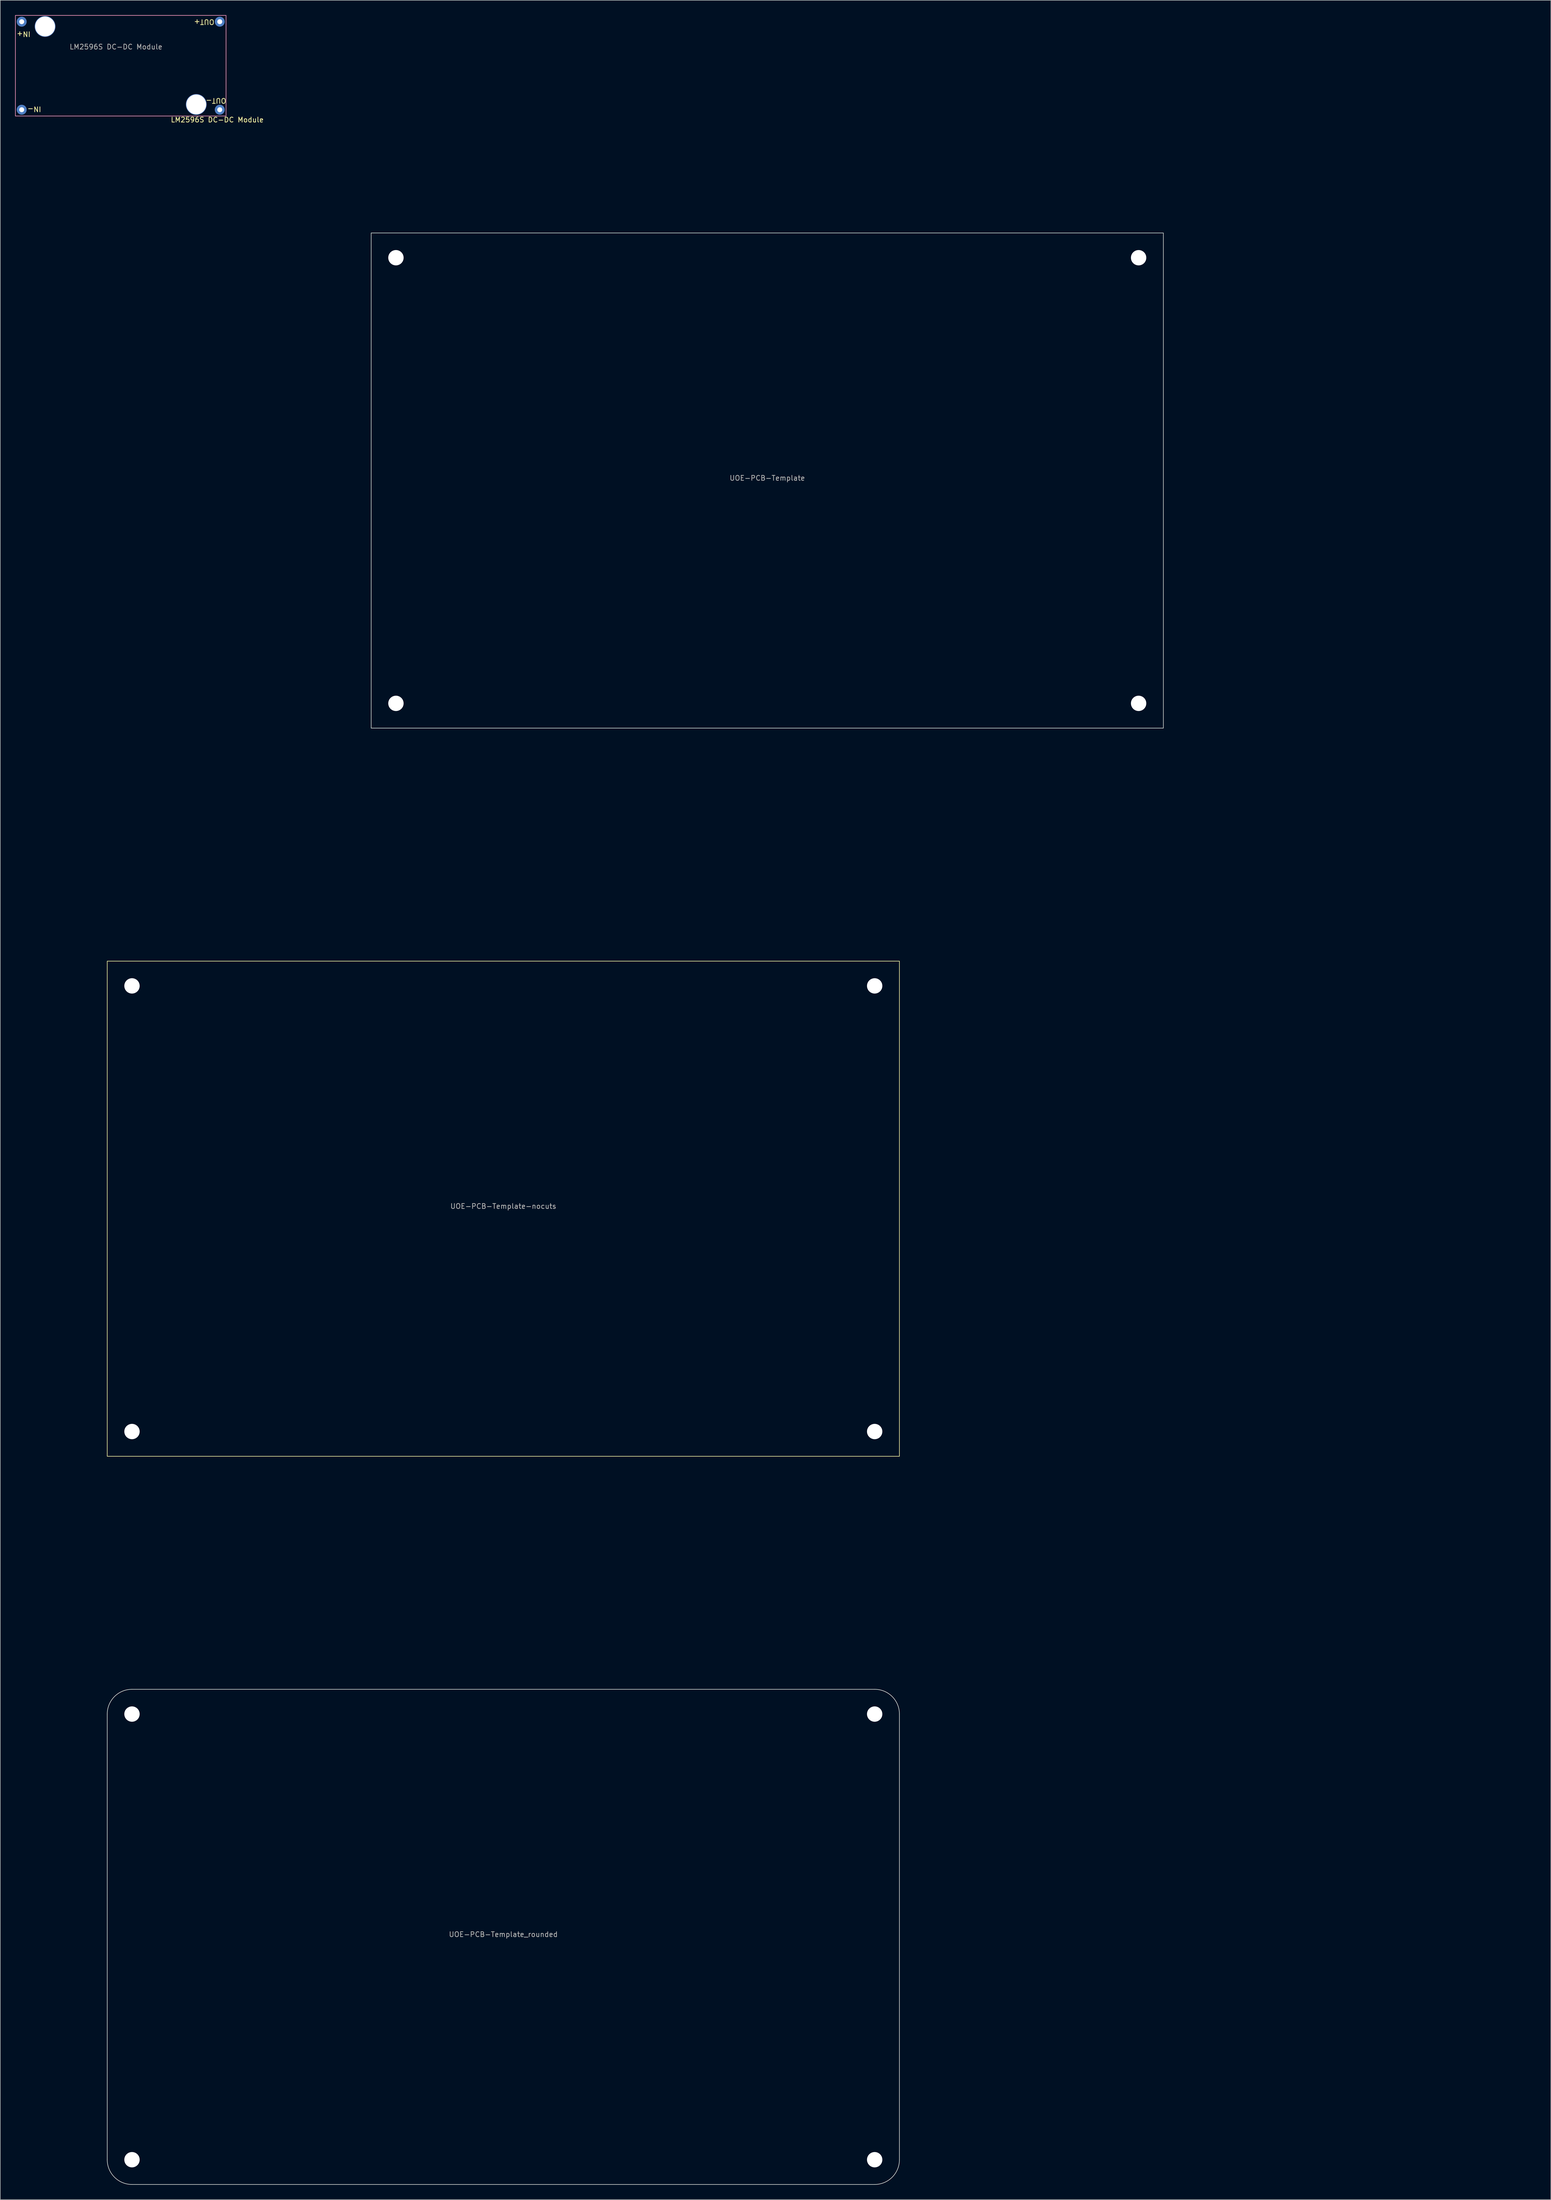
<source format=kicad_pcb>
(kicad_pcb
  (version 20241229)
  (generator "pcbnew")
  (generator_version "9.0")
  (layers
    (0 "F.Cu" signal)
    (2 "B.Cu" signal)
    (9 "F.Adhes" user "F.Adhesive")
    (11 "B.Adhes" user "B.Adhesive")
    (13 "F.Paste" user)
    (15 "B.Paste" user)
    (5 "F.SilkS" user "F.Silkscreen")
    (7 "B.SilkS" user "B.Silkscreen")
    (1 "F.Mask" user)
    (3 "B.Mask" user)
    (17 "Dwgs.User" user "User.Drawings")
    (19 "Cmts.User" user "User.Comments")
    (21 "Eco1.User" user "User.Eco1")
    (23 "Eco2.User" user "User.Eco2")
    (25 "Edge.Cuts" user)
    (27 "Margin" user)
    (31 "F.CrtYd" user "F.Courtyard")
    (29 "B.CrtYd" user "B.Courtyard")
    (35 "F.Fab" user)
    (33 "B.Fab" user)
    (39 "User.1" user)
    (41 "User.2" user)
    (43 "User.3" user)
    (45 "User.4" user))
  (footprint "UOE-PCB-Template"
    (layer "F.Cu")
    (at 151.917 93.998)
    (property "Reference" "UOE-PCB-Template" (at 0 -0.5 0) (unlocked yes) (layer "F.Fab") (effects (font (size 1 1) (thickness 0.15))))
    (attr smd)
    (fp_rect (start -80 -50) (end 80 50) (stroke (width 0.12) (type default)) (fill no) (layer "Edge.Cuts"))
    (dimension (type aligned) (layer "User.1") (pts (xy 216.917 43.998) (xy 216.917 143.998)) (height -86) (format (prefix "") (suffix "") (units 3) (units_format 1) (precision 4)) (style (thickness 0.12) (arrow_length 1.27) (text_position_mode 0) (arrow_direction outward) (extension_height 0.586) (extension_offset 0.5) (keep_text_aligned yes)) (gr_text "100.0000 mm" (at 301.767 93.998 90) (layer "User.1") (effects (font (size 1 1) (thickness 0.15)))))
    (dimension (type aligned) (layer "User.1") (pts (xy 76.917 48.998) (xy 76.917 43.998)) (height -18) (format (prefix "") (suffix "") (units 3) (units_format 1) (precision 4)) (style (thickness 0.12) (arrow_length 1.27) (text_position_mode 0) (arrow_direction outward) (extension_height 0.586) (extension_offset 0.5) (keep_text_aligned yes)) (gr_text "5.0000 mm" (at 57.767 46.498 90) (layer "User.1") (effects (font (size 1 1) (thickness 0.15)))))
    (dimension (type aligned) (layer "User.1") (pts (xy 71.917 43.998) (xy 231.917 43.998)) (height -42) (format (prefix "") (suffix "") (units 3) (units_format 1) (precision 4)) (style (thickness 0.12) (arrow_length 1.27) (text_position_mode 0) (arrow_direction outward) (extension_height 0.586) (extension_offset 0.5) (keep_text_aligned yes)) (gr_text "160.0000 mm" (at 151.917 0.848 0) (layer "User.1") (effects (font (size 1 1) (thickness 0.15)))))
    (dimension (type aligned) (layer "User.1") (pts (xy 76.917 48.998) (xy 71.917 48.998)) (height 17) (format (prefix "") (suffix "") (units 3) (units_format 1) (precision 4)) (style (thickness 0.12) (arrow_length 1.27) (text_position_mode 0) (arrow_direction outward) (extension_height 0.586) (extension_offset 0.5) (keep_text_aligned yes)) (gr_text "5.0000 mm" (at 74.417 30.848 0) (layer "User.1") (effects (font (size 1 1) (thickness 0.15)))))
    (pad "" np_thru_hole circle (at -75 -45) (size 3.1 3.1) (drill 3.1) (layers "*.Cu" "*.Mask"))
    (pad "" np_thru_hole circle (at -75 45) (size 3.1 3.1) (drill 3.1) (layers "*.Cu" "*.Mask"))
    (pad "" np_thru_hole circle (at 75 -45) (size 3.1 3.1) (drill 3.1) (layers "*.Cu" "*.Mask"))
    (pad "" np_thru_hole circle (at 75 45) (size 3.1 3.1) (drill 3.1) (layers "*.Cu" "*.Mask")))
  (footprint "LM2596S DC-DC Module"
    (layer "F.Cu")
    (at 20.38 6.41)
    (property "Reference" "LM2596S DC-DC Module" (at 20.447 14.732 180) (layer "F.SilkS") (effects (font (size 1 1) (thickness 0.15))))
    (attr through_hole)
    (fp_rect (start -20.32 -6.35) (end 22.225 13.97) (stroke (width 0.12) (type solid)) (fill no) (layer "F.SilkS"))
    (fp_rect (start -20.32 -6.35) (end 22.225 13.97) (stroke (width 0.05) (type solid)) (fill no) (layer "F.CrtYd"))
    (fp_text user "IN-" (at -16.51 12.573 180) (unlocked yes) (layer "F.SilkS") (effects (font (size 1 1) (thickness 0.15))))
    (fp_text user "IN+" (at -18.669 -2.591 180) (unlocked yes) (layer "F.SilkS") (effects (font (size 1 1) (thickness 0.15))))
    (fp_text user "OUT+" (at 17.805 -5.029 180) (unlocked yes) (layer "F.SilkS") (effects (font (size 1 1) (thickness 0.15))))
    (fp_text user "OUT-" (at 20.193 10.871 180) (unlocked yes) (layer "F.SilkS") (effects (font (size 1 1) (thickness 0.15))))
    (fp_text user "${REFERENCE}" (at 0 0 180) (layer "F.Fab") (effects (font (size 1 1) (thickness 0.15))))
    (pad "" np_thru_hole circle (at -14.326 -4.115) (size 4.2 4.2) (drill 4) (layers "*.Cu" "*.Mask"))
    (pad "" np_thru_hole circle (at 16.205 11.633) (size 4.2 4.2) (drill 4) (layers "*.Cu" "*.Mask"))
    (pad "1" thru_hole circle (at -19.05 12.7) (size 2 2) (drill 1) (layers "*.Cu" "*.Mask"))
    (pad "2" thru_hole circle (at -19.05 -5.08) (size 2 2) (drill 1) (layers "*.Cu" "*.Mask"))
    (pad "3" thru_hole circle (at 20.955 12.7) (size 2 2) (drill 1) (layers "*.Cu" "*.Mask"))
    (pad "4" thru_hole circle (at 20.955 -5.08) (size 2 2) (drill 1) (layers "*.Cu" "*.Mask")))
  (footprint "UOE-PCB-Template_rounded"
    (layer "F.Cu")
    (at 98.608 388.115)
    (property "Reference" "UOE-PCB-Template_rounded" (at 0 -0.5 0) (unlocked yes) (layer "F.Fab") (effects (font (size 1 1) (thickness 0.15))))
    (attr smd)
    (fp_line (start -80 45) (end -80 -45) (stroke (width 0.12) (type default)) (layer "Edge.Cuts"))
    (fp_line (start -75 -50) (end 75 -50) (stroke (width 0.12) (type default)) (layer "Edge.Cuts"))
    (fp_line (start 75 50) (end -75 50) (stroke (width 0.12) (type default)) (layer "Edge.Cuts"))
    (fp_line (start 80 -45) (end 80 45) (stroke (width 0.12) (type default)) (layer "Edge.Cuts"))
    (fp_arc (start -80 -45) (mid -78.535534 -48.535534) (end -75 -50) (stroke (width 0.12) (type default)) (layer "Edge.Cuts"))
    (fp_arc (start -75 50) (mid -78.535534 48.535534) (end -80 45) (stroke (width 0.12) (type default)) (layer "Edge.Cuts"))
    (fp_arc (start 75 -50) (mid 78.535534 -48.535534) (end 80 -45) (stroke (width 0.12) (type default)) (layer "Edge.Cuts"))
    (fp_arc (start 80 45) (mid 78.535534 48.535534) (end 75 50) (stroke (width 0.12) (type default)) (layer "Edge.Cuts"))
    (dimension (type aligned) (layer "User.1") (pts (xy 23.608 343.115) (xy 23.608 338.115)) (height -18) (format (prefix "") (suffix "") (units 3) (units_format 1) (precision 4)) (style (thickness 0.12) (arrow_length 1.27) (text_position_mode 0) (arrow_direction outward) (extension_height 0.586) (extension_offset 0.5) (keep_text_aligned yes)) (gr_text "5.0000 mm" (at 4.458 340.615 90) (layer "User.1") (effects (font (size 1 1) (thickness 0.15)))))
    (dimension (type aligned) (layer "User.1") (pts (xy 23.608 343.115) (xy 18.608 343.115)) (height 17) (format (prefix "") (suffix "") (units 3) (units_format 1) (precision 4)) (style (thickness 0.12) (arrow_length 1.27) (text_position_mode 0) (arrow_direction outward) (extension_height 0.586) (extension_offset 0.5) (keep_text_aligned yes)) (gr_text "5.0000 mm" (at 21.108 324.965 0) (layer "User.1") (effects (font (size 1 1) (thickness 0.15)))))
    (dimension (type aligned) (layer "User.1") (pts (xy 163.608 338.115) (xy 163.608 438.115)) (height -86) (format (prefix "") (suffix "") (units 3) (units_format 1) (precision 4)) (style (thickness 0.12) (arrow_length 1.27) (text_position_mode 0) (arrow_direction outward) (extension_height 0.586) (extension_offset 0.5) (keep_text_aligned yes)) (gr_text "100.0000 mm" (at 248.458 388.115 90) (layer "User.1") (effects (font (size 1 1) (thickness 0.15)))))
    (dimension (type aligned) (layer "User.1") (pts (xy 18.608 338.115) (xy 178.608 338.115)) (height -42) (format (prefix "") (suffix "") (units 3) (units_format 1) (precision 4)) (style (thickness 0.12) (arrow_length 1.27) (text_position_mode 0) (arrow_direction outward) (extension_height 0.586) (extension_offset 0.5) (keep_text_aligned yes)) (gr_text "160.0000 mm" (at 98.608 294.965 0) (layer "User.1") (effects (font (size 1 1) (thickness 0.15)))))
    (pad "" np_thru_hole circle (at -75 -45) (size 3.1 3.1) (drill 3.1) (layers "*.Cu" "*.Mask"))
    (pad "" np_thru_hole circle (at -75 45) (size 3.1 3.1) (drill 3.1) (layers "*.Cu" "*.Mask"))
    (pad "" np_thru_hole circle (at 75 -45) (size 3.1 3.1) (drill 3.1) (layers "*.Cu" "*.Mask"))
    (pad "" np_thru_hole circle (at 75 45) (size 3.1 3.1) (drill 3.1) (layers "*.Cu" "*.Mask")))
  (footprint "UOE-PCB-Template-nocuts"
    (layer "F.Cu")
    (at 98.608 241.057)
    (property "Reference" "UOE-PCB-Template-nocuts" (at 0 -0.5 0) (unlocked yes) (layer "F.Fab") (effects (font (size 1 1) (thickness 0.15))))
    (attr smd)
    (fp_rect (start -80 -50) (end 80 50) (stroke (width 0.12) (type default)) (fill no) (layer "F.SilkS"))
    (dimension (type aligned) (layer "User.1") (pts (xy 163.608 191.057) (xy 163.608 291.057)) (height -86) (format (prefix "") (suffix "") (units 3) (units_format 1) (precision 4)) (style (thickness 0.12) (arrow_length 1.27) (text_position_mode 0) (arrow_direction outward) (extension_height 0.586) (extension_offset 0.5) (keep_text_aligned yes)) (gr_text "100.0000 mm" (at 248.458 241.057 90) (layer "User.1") (effects (font (size 1 1) (thickness 0.15)))))
    (dimension (type aligned) (layer "User.1") (pts (xy 23.608 196.057) (xy 23.608 191.057)) (height -18) (format (prefix "") (suffix "") (units 3) (units_format 1) (precision 4)) (style (thickness 0.12) (arrow_length 1.27) (text_position_mode 0) (arrow_direction outward) (extension_height 0.586) (extension_offset 0.5) (keep_text_aligned yes)) (gr_text "5.0000 mm" (at 4.458 193.557 90) (layer "User.1") (effects (font (size 1 1) (thickness 0.15)))))
    (dimension (type aligned) (layer "User.1") (pts (xy 23.608 196.057) (xy 18.608 196.057)) (height 17) (format (prefix "") (suffix "") (units 3) (units_format 1) (precision 4)) (style (thickness 0.12) (arrow_length 1.27) (text_position_mode 0) (arrow_direction outward) (extension_height 0.586) (extension_offset 0.5) (keep_text_aligned yes)) (gr_text "5.0000 mm" (at 21.108 177.907 0) (layer "User.1") (effects (font (size 1 1) (thickness 0.15)))))
    (dimension (type aligned) (layer "User.1") (pts (xy 18.608 191.057) (xy 178.608 191.057)) (height -42) (format (prefix "") (suffix "") (units 3) (units_format 1) (precision 4)) (style (thickness 0.12) (arrow_length 1.27) (text_position_mode 0) (arrow_direction outward) (extension_height 0.586) (extension_offset 0.5) (keep_text_aligned yes)) (gr_text "160.0000 mm" (at 98.608 147.907 0) (layer "User.1") (effects (font (size 1 1) (thickness 0.15)))))
    (pad "" np_thru_hole circle (at -75 -45) (size 3.1 3.1) (drill 3.1) (layers "*.Cu" "*.Mask"))
    (pad "" np_thru_hole circle (at -75 45) (size 3.1 3.1) (drill 3.1) (layers "*.Cu" "*.Mask"))
    (pad "" np_thru_hole circle (at 75 -45) (size 3.1 3.1) (drill 3.1) (layers "*.Cu" "*.Mask"))
    (pad "" np_thru_hole circle (at 75 45) (size 3.1 3.1) (drill 3.1) (layers "*.Cu" "*.Mask")))
  (gr_rect
    (start -3 -3)
    (end 310.178 441.175)
    (stroke (width 0.1) (type default))
    (fill no)
    (layer "Edge.Cuts")))
</source>
